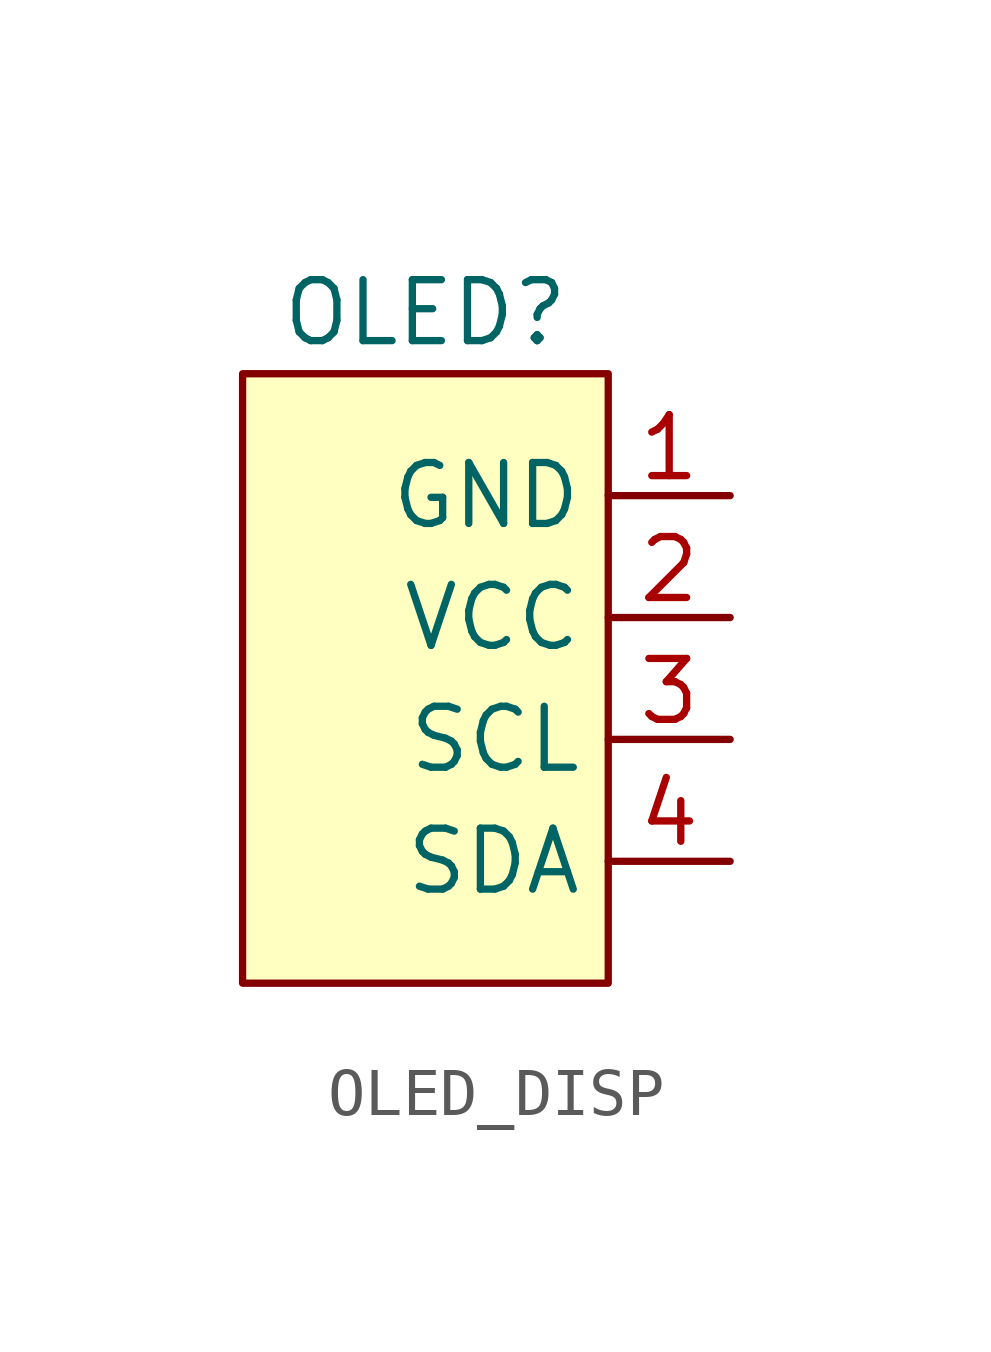
<source format=kicad_sym>
(kicad_symbol_lib
  (version 20231120)
  (generator "kicad_symbol_editor")
  (generator_version "8.0")
  (symbol "OLED_DISP"
    (property "Reference" "OLED"
      (at 0 0 0)
      (effects (font (size 1.27 1.27))))
    (property "Value" ""
      (at 0 0 0)
      (effects (font (size 1.27 1.27))))
    (symbol "OLED_DISP_1_1"
      (rectangle (start -3.81 -1.27) (end 3.81 -13.97) (stroke (width 0) (type default)) (fill (type background)))
      (pin power_in line (at 6.35 -3.81 180) (length 2.54) (name "GND" (effects (font (size 1.27 1.27)))) (number "1" (effects (font (size 1.27 1.27)))))
      (pin power_in line (at 6.35 -6.35 180) (length 2.54) (name "VCC" (effects (font (size 1.27 1.27)))) (number "2" (effects (font (size 1.27 1.27)))))
      (pin input line (at 6.35 -8.89 180) (length 2.54) (name "SCL" (effects (font (size 1.27 1.27)))) (number "3" (effects (font (size 1.27 1.27)))))
      (pin input line (at 6.35 -11.43 180) (length 2.54) (name "SDA" (effects (font (size 1.27 1.27)))) (number "4" (effects (font (size 1.27 1.27))))))))
</source>
